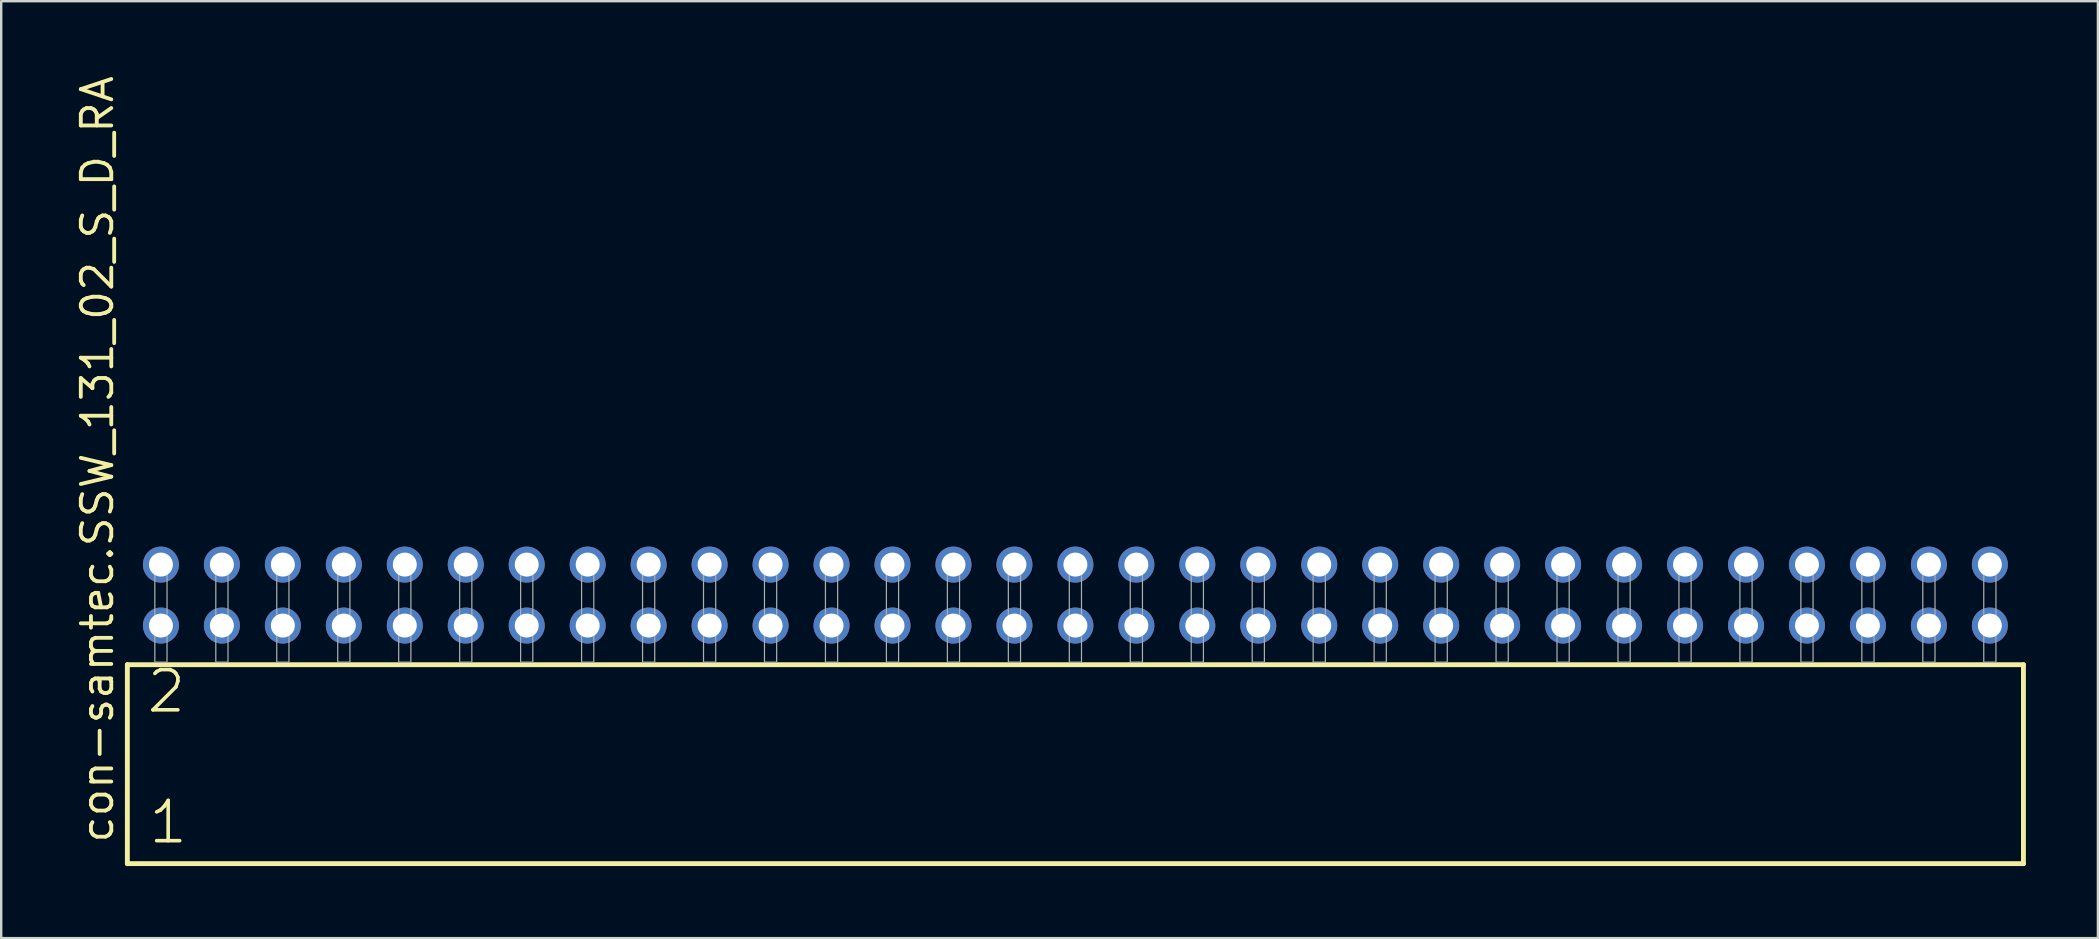
<source format=kicad_pcb>
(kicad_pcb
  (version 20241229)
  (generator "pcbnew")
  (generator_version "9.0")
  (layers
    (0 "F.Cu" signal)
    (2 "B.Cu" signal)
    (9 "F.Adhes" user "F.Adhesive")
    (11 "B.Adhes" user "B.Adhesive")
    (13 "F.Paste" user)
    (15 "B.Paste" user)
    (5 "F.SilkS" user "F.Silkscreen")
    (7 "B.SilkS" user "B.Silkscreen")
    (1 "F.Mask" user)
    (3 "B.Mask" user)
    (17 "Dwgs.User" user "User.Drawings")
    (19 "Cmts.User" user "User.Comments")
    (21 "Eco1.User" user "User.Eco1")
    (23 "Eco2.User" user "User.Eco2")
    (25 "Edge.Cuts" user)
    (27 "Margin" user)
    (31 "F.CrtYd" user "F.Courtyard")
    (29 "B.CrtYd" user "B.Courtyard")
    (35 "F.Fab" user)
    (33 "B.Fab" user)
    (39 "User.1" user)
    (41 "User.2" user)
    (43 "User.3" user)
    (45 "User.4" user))
  (footprint "con-samtec.SSW_131_02_S_D_RA"
    (layer "F.Cu")
    (at 41.755 24.537)
    (property "Reference" "con-samtec.SSW_131_02_S_D_RA" (at -40.005 7.62 90) (layer "F.SilkS") (effects (font (size 1.27 1.27) (thickness 0.16)) (justify left bottom)))
    (attr through_hole)
    (fp_line (start -39.499 0.106) (end -39.499 8.396) (stroke (width 0.203) (type default)) (layer "F.SilkS"))
    (fp_line (start -39.499 8.396) (end 39.499 8.396) (stroke (width 0.203) (type default)) (layer "F.SilkS"))
    (fp_line (start 39.499 0.106) (end -39.499 0.106) (stroke (width 0.203) (type default)) (layer "F.SilkS"))
    (fp_line (start 39.499 8.396) (end 39.499 0.106) (stroke (width 0.203) (type default)) (layer "F.SilkS"))
    (fp_rect (start -38.354 0) (end -37.846 -4.318) (stroke (width 0.05) (type default)) (fill no) (layer "F.Fab"))
    (fp_rect (start -35.814 0) (end -35.306 -4.318) (stroke (width 0.05) (type default)) (fill no) (layer "F.Fab"))
    (fp_rect (start -33.274 0) (end -32.766 -4.318) (stroke (width 0.05) (type default)) (fill no) (layer "F.Fab"))
    (fp_rect (start -30.734 0) (end -30.226 -4.318) (stroke (width 0.05) (type default)) (fill no) (layer "F.Fab"))
    (fp_rect (start -28.194 0) (end -27.686 -4.318) (stroke (width 0.05) (type default)) (fill no) (layer "F.Fab"))
    (fp_rect (start -25.654 0) (end -25.146 -4.318) (stroke (width 0.05) (type default)) (fill no) (layer "F.Fab"))
    (fp_rect (start -23.114 0) (end -22.606 -4.318) (stroke (width 0.05) (type default)) (fill no) (layer "F.Fab"))
    (fp_rect (start -20.574 0) (end -20.066 -4.318) (stroke (width 0.05) (type default)) (fill no) (layer "F.Fab"))
    (fp_rect (start -18.034 0) (end -17.526 -4.318) (stroke (width 0.05) (type default)) (fill no) (layer "F.Fab"))
    (fp_rect (start -15.494 0) (end -14.986 -4.318) (stroke (width 0.05) (type default)) (fill no) (layer "F.Fab"))
    (fp_rect (start -12.954 0) (end -12.446 -4.318) (stroke (width 0.05) (type default)) (fill no) (layer "F.Fab"))
    (fp_rect (start -10.414 0) (end -9.906 -4.318) (stroke (width 0.05) (type default)) (fill no) (layer "F.Fab"))
    (fp_rect (start -7.874 0) (end -7.366 -4.318) (stroke (width 0.05) (type default)) (fill no) (layer "F.Fab"))
    (fp_rect (start -5.334 0) (end -4.826 -4.318) (stroke (width 0.05) (type default)) (fill no) (layer "F.Fab"))
    (fp_rect (start -2.794 0) (end -2.286 -4.318) (stroke (width 0.05) (type default)) (fill no) (layer "F.Fab"))
    (fp_rect (start -0.254 0) (end 0.254 -4.318) (stroke (width 0.05) (type default)) (fill no) (layer "F.Fab"))
    (fp_rect (start 2.286 0) (end 2.794 -4.318) (stroke (width 0.05) (type default)) (fill no) (layer "F.Fab"))
    (fp_rect (start 4.826 0) (end 5.334 -4.318) (stroke (width 0.05) (type default)) (fill no) (layer "F.Fab"))
    (fp_rect (start 7.366 0) (end 7.874 -4.318) (stroke (width 0.05) (type default)) (fill no) (layer "F.Fab"))
    (fp_rect (start 9.906 0) (end 10.414 -4.318) (stroke (width 0.05) (type default)) (fill no) (layer "F.Fab"))
    (fp_rect (start 12.446 0) (end 12.954 -4.318) (stroke (width 0.05) (type default)) (fill no) (layer "F.Fab"))
    (fp_rect (start 14.986 0) (end 15.494 -4.318) (stroke (width 0.05) (type default)) (fill no) (layer "F.Fab"))
    (fp_rect (start 17.526 0) (end 18.034 -4.318) (stroke (width 0.05) (type default)) (fill no) (layer "F.Fab"))
    (fp_rect (start 20.066 0) (end 20.574 -4.318) (stroke (width 0.05) (type default)) (fill no) (layer "F.Fab"))
    (fp_rect (start 22.606 0) (end 23.114 -4.318) (stroke (width 0.05) (type default)) (fill no) (layer "F.Fab"))
    (fp_rect (start 25.146 0) (end 25.654 -4.318) (stroke (width 0.05) (type default)) (fill no) (layer "F.Fab"))
    (fp_rect (start 27.686 0) (end 28.194 -4.318) (stroke (width 0.05) (type default)) (fill no) (layer "F.Fab"))
    (fp_rect (start 30.226 0) (end 30.734 -4.318) (stroke (width 0.05) (type default)) (fill no) (layer "F.Fab"))
    (fp_rect (start 32.766 0) (end 33.274 -4.318) (stroke (width 0.05) (type default)) (fill no) (layer "F.Fab"))
    (fp_rect (start 35.306 0) (end 35.814 -4.318) (stroke (width 0.05) (type default)) (fill no) (layer "F.Fab"))
    (fp_rect (start 37.846 0) (end 38.354 -4.318) (stroke (width 0.05) (type default)) (fill no) (layer "F.Fab"))
    (fp_text user "2" (at -38.77 2.2 0) (layer "F.SilkS") (effects (font (size 1.676 1.676) (thickness 0.15)) (justify left bottom)))
    (fp_text user "1" (at -38.695 7.65 0) (layer "F.SilkS") (effects (font (size 1.676 1.676) (thickness 0.15)) (justify left bottom)))
    (pad "1" thru_hole circle (at -38.1 -1.524) (size 1.5 1.5) (drill 1) (layers "*.Cu" "*.Mask"))
    (pad "2" thru_hole circle (at -38.1 -4.064) (size 1.5 1.5) (drill 1) (layers "*.Cu" "*.Mask"))
    (pad "3" thru_hole circle (at -35.56 -1.524) (size 1.5 1.5) (drill 1) (layers "*.Cu" "*.Mask"))
    (pad "4" thru_hole circle (at -35.56 -4.064) (size 1.5 1.5) (drill 1) (layers "*.Cu" "*.Mask"))
    (pad "5" thru_hole circle (at -33.02 -1.524) (size 1.5 1.5) (drill 1) (layers "*.Cu" "*.Mask"))
    (pad "6" thru_hole circle (at -33.02 -4.064) (size 1.5 1.5) (drill 1) (layers "*.Cu" "*.Mask"))
    (pad "7" thru_hole circle (at -30.48 -1.524) (size 1.5 1.5) (drill 1) (layers "*.Cu" "*.Mask"))
    (pad "8" thru_hole circle (at -30.48 -4.064) (size 1.5 1.5) (drill 1) (layers "*.Cu" "*.Mask"))
    (pad "9" thru_hole circle (at -27.94 -1.524) (size 1.5 1.5) (drill 1) (layers "*.Cu" "*.Mask"))
    (pad "10" thru_hole circle (at -27.94 -4.064) (size 1.5 1.5) (drill 1) (layers "*.Cu" "*.Mask"))
    (pad "11" thru_hole circle (at -25.4 -1.524) (size 1.5 1.5) (drill 1) (layers "*.Cu" "*.Mask"))
    (pad "12" thru_hole circle (at -25.4 -4.064) (size 1.5 1.5) (drill 1) (layers "*.Cu" "*.Mask"))
    (pad "13" thru_hole circle (at -22.86 -1.524) (size 1.5 1.5) (drill 1) (layers "*.Cu" "*.Mask"))
    (pad "14" thru_hole circle (at -22.86 -4.064) (size 1.5 1.5) (drill 1) (layers "*.Cu" "*.Mask"))
    (pad "15" thru_hole circle (at -20.32 -1.524) (size 1.5 1.5) (drill 1) (layers "*.Cu" "*.Mask"))
    (pad "16" thru_hole circle (at -20.32 -4.064) (size 1.5 1.5) (drill 1) (layers "*.Cu" "*.Mask"))
    (pad "17" thru_hole circle (at -17.78 -1.524) (size 1.5 1.5) (drill 1) (layers "*.Cu" "*.Mask"))
    (pad "18" thru_hole circle (at -17.78 -4.064) (size 1.5 1.5) (drill 1) (layers "*.Cu" "*.Mask"))
    (pad "19" thru_hole circle (at -15.24 -1.524) (size 1.5 1.5) (drill 1) (layers "*.Cu" "*.Mask"))
    (pad "20" thru_hole circle (at -15.24 -4.064) (size 1.5 1.5) (drill 1) (layers "*.Cu" "*.Mask"))
    (pad "21" thru_hole circle (at -12.7 -1.524) (size 1.5 1.5) (drill 1) (layers "*.Cu" "*.Mask"))
    (pad "22" thru_hole circle (at -12.7 -4.064) (size 1.5 1.5) (drill 1) (layers "*.Cu" "*.Mask"))
    (pad "23" thru_hole circle (at -10.16 -1.524) (size 1.5 1.5) (drill 1) (layers "*.Cu" "*.Mask"))
    (pad "24" thru_hole circle (at -10.16 -4.064) (size 1.5 1.5) (drill 1) (layers "*.Cu" "*.Mask"))
    (pad "25" thru_hole circle (at -7.62 -1.524) (size 1.5 1.5) (drill 1) (layers "*.Cu" "*.Mask"))
    (pad "26" thru_hole circle (at -7.62 -4.064) (size 1.5 1.5) (drill 1) (layers "*.Cu" "*.Mask"))
    (pad "27" thru_hole circle (at -5.08 -1.524) (size 1.5 1.5) (drill 1) (layers "*.Cu" "*.Mask"))
    (pad "28" thru_hole circle (at -5.08 -4.064) (size 1.5 1.5) (drill 1) (layers "*.Cu" "*.Mask"))
    (pad "29" thru_hole circle (at -2.54 -1.524) (size 1.5 1.5) (drill 1) (layers "*.Cu" "*.Mask"))
    (pad "30" thru_hole circle (at -2.54 -4.064) (size 1.5 1.5) (drill 1) (layers "*.Cu" "*.Mask"))
    (pad "31" thru_hole circle (at 0 -1.524) (size 1.5 1.5) (drill 1) (layers "*.Cu" "*.Mask"))
    (pad "32" thru_hole circle (at 0 -4.064) (size 1.5 1.5) (drill 1) (layers "*.Cu" "*.Mask"))
    (pad "33" thru_hole circle (at 2.54 -1.524) (size 1.5 1.5) (drill 1) (layers "*.Cu" "*.Mask"))
    (pad "34" thru_hole circle (at 2.54 -4.064) (size 1.5 1.5) (drill 1) (layers "*.Cu" "*.Mask"))
    (pad "35" thru_hole circle (at 5.08 -1.524) (size 1.5 1.5) (drill 1) (layers "*.Cu" "*.Mask"))
    (pad "36" thru_hole circle (at 5.08 -4.064) (size 1.5 1.5) (drill 1) (layers "*.Cu" "*.Mask"))
    (pad "37" thru_hole circle (at 7.62 -1.524) (size 1.5 1.5) (drill 1) (layers "*.Cu" "*.Mask"))
    (pad "38" thru_hole circle (at 7.62 -4.064) (size 1.5 1.5) (drill 1) (layers "*.Cu" "*.Mask"))
    (pad "39" thru_hole circle (at 10.16 -1.524) (size 1.5 1.5) (drill 1) (layers "*.Cu" "*.Mask"))
    (pad "40" thru_hole circle (at 10.16 -4.064) (size 1.5 1.5) (drill 1) (layers "*.Cu" "*.Mask"))
    (pad "41" thru_hole circle (at 12.7 -1.524) (size 1.5 1.5) (drill 1) (layers "*.Cu" "*.Mask"))
    (pad "42" thru_hole circle (at 12.7 -4.064) (size 1.5 1.5) (drill 1) (layers "*.Cu" "*.Mask"))
    (pad "43" thru_hole circle (at 15.24 -1.524) (size 1.5 1.5) (drill 1) (layers "*.Cu" "*.Mask"))
    (pad "44" thru_hole circle (at 15.24 -4.064) (size 1.5 1.5) (drill 1) (layers "*.Cu" "*.Mask"))
    (pad "45" thru_hole circle (at 17.78 -1.524) (size 1.5 1.5) (drill 1) (layers "*.Cu" "*.Mask"))
    (pad "46" thru_hole circle (at 17.78 -4.064) (size 1.5 1.5) (drill 1) (layers "*.Cu" "*.Mask"))
    (pad "47" thru_hole circle (at 20.32 -1.524) (size 1.5 1.5) (drill 1) (layers "*.Cu" "*.Mask"))
    (pad "48" thru_hole circle (at 20.32 -4.064) (size 1.5 1.5) (drill 1) (layers "*.Cu" "*.Mask"))
    (pad "49" thru_hole circle (at 22.86 -1.524) (size 1.5 1.5) (drill 1) (layers "*.Cu" "*.Mask"))
    (pad "50" thru_hole circle (at 22.86 -4.064) (size 1.5 1.5) (drill 1) (layers "*.Cu" "*.Mask"))
    (pad "51" thru_hole circle (at 25.4 -1.524) (size 1.5 1.5) (drill 1) (layers "*.Cu" "*.Mask"))
    (pad "52" thru_hole circle (at 25.4 -4.064) (size 1.5 1.5) (drill 1) (layers "*.Cu" "*.Mask"))
    (pad "53" thru_hole circle (at 27.94 -1.524) (size 1.5 1.5) (drill 1) (layers "*.Cu" "*.Mask"))
    (pad "54" thru_hole circle (at 27.94 -4.064) (size 1.5 1.5) (drill 1) (layers "*.Cu" "*.Mask"))
    (pad "55" thru_hole circle (at 30.48 -1.524) (size 1.5 1.5) (drill 1) (layers "*.Cu" "*.Mask"))
    (pad "56" thru_hole circle (at 30.48 -4.064) (size 1.5 1.5) (drill 1) (layers "*.Cu" "*.Mask"))
    (pad "57" thru_hole circle (at 33.02 -1.524) (size 1.5 1.5) (drill 1) (layers "*.Cu" "*.Mask"))
    (pad "58" thru_hole circle (at 33.02 -4.064) (size 1.5 1.5) (drill 1) (layers "*.Cu" "*.Mask"))
    (pad "59" thru_hole circle (at 35.56 -1.524) (size 1.5 1.5) (drill 1) (layers "*.Cu" "*.Mask"))
    (pad "60" thru_hole circle (at 35.56 -4.064) (size 1.5 1.5) (drill 1) (layers "*.Cu" "*.Mask"))
    (pad "61" thru_hole circle (at 38.1 -1.524) (size 1.5 1.5) (drill 1) (layers "*.Cu" "*.Mask"))
    (pad "62" thru_hole circle (at 38.1 -4.064) (size 1.5 1.5) (drill 1) (layers "*.Cu" "*.Mask")))
  (gr_rect
    (start -3 -3)
    (end 84.356 36.035)
    (stroke (width 0.1) (type default))
    (fill no)
    (layer "Edge.Cuts")))
</source>
